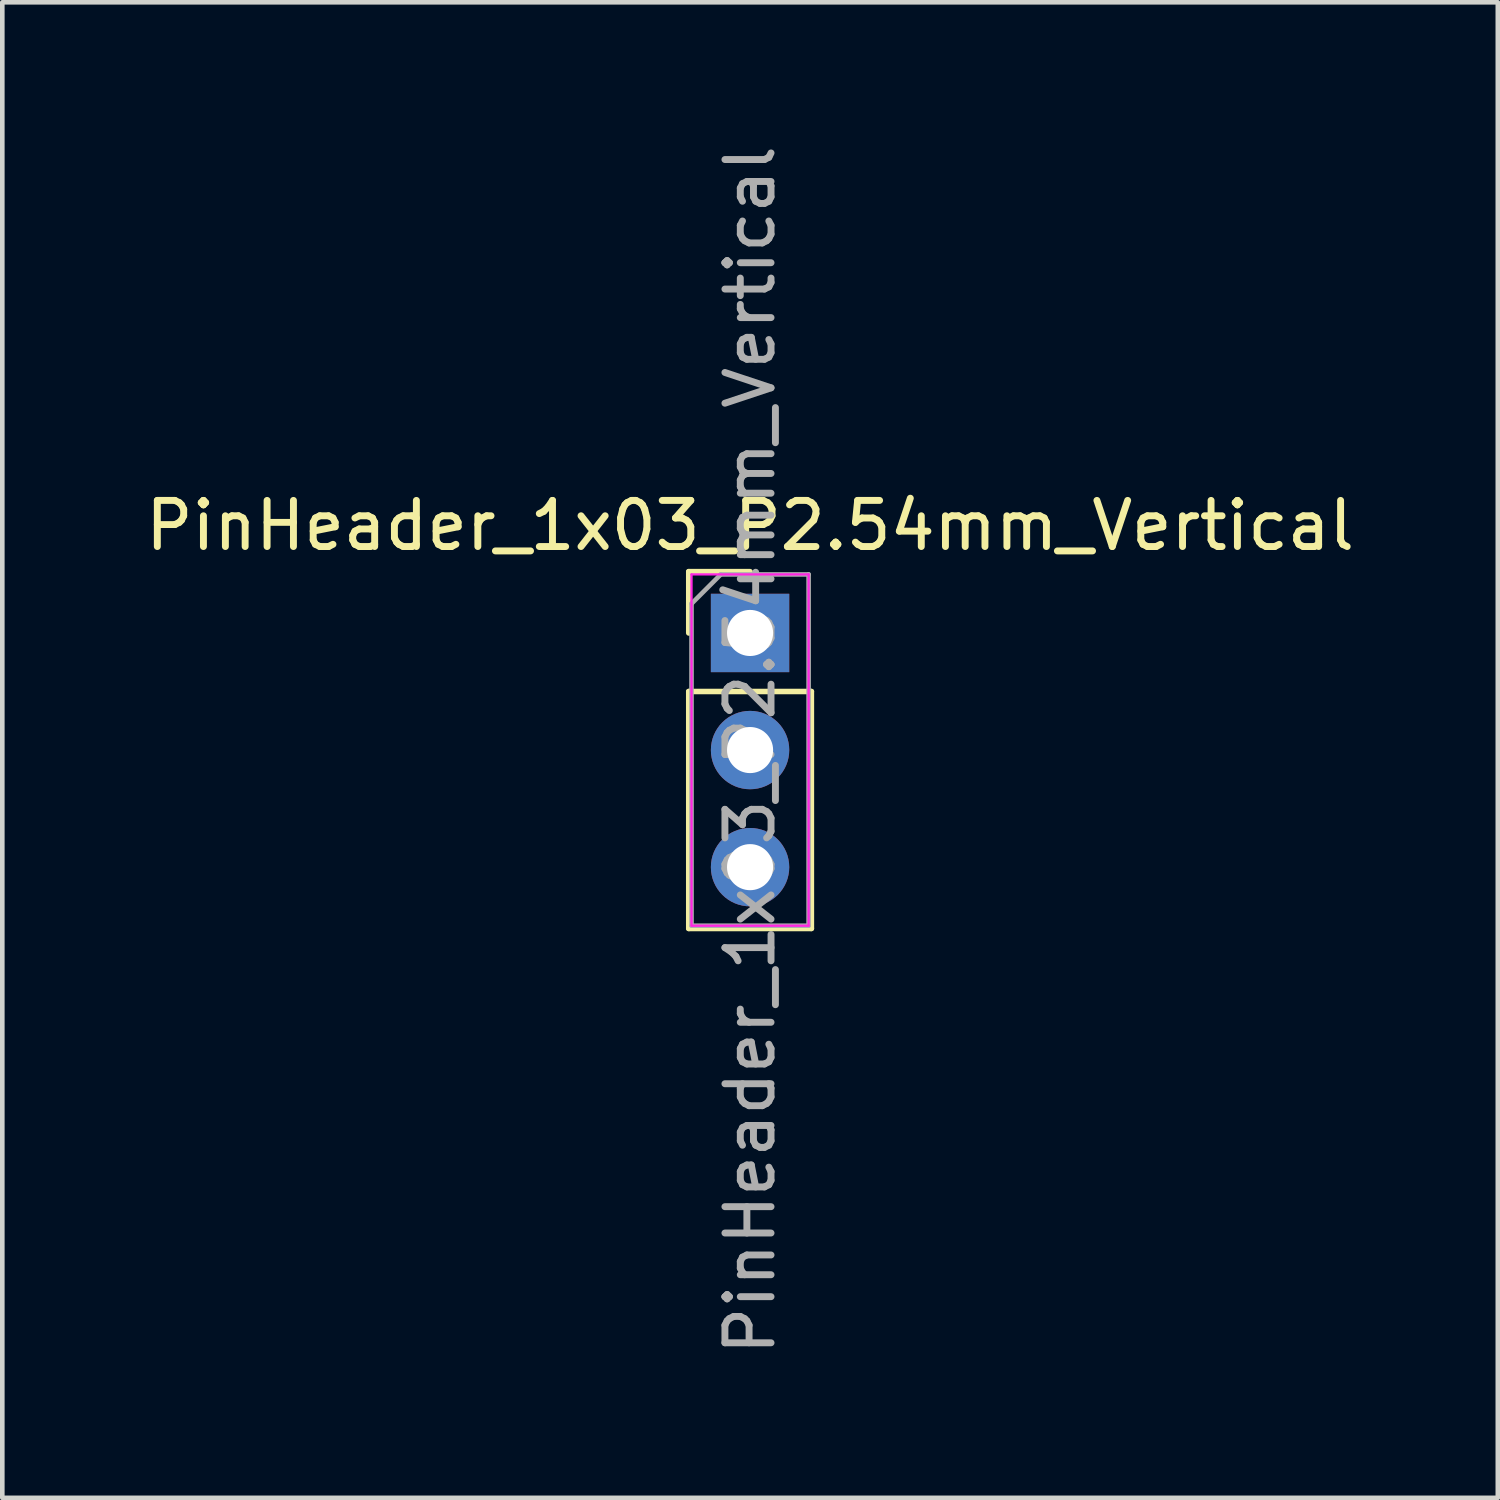
<source format=kicad_pcb>
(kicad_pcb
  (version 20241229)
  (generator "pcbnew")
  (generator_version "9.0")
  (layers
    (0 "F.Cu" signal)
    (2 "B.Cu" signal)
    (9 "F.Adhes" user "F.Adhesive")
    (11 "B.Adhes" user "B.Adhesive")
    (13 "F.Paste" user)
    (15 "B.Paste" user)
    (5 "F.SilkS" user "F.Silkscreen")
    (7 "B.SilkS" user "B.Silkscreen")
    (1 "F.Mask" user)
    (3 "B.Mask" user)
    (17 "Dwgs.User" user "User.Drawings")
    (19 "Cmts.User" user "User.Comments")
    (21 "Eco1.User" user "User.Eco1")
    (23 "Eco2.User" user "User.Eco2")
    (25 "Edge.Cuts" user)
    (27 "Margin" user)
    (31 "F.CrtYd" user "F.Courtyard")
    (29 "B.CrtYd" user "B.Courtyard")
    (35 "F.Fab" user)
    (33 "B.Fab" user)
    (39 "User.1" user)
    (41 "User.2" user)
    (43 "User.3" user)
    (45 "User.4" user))
  (footprint "PinHeader_1x03_P2.54mm_Vertical"
    (layer "F.Cu")
    (at 13.22 10.68)
    (property "Reference" "PinHeader_1x03_P2.54mm_Vertical" (at 0 -2.33 0) (layer "F.SilkS") (effects (font (size 1 1) (thickness 0.15))))
    (attr through_hole)
    (fp_line (start -1.33 -1.33) (end 0 -1.33) (stroke (width 0.12) (type solid)) (layer "F.SilkS"))
    (fp_line (start -1.33 0) (end -1.33 -1.33) (stroke (width 0.12) (type solid)) (layer "F.SilkS"))
    (fp_line (start -1.33 1.27) (end -1.33 6.41) (stroke (width 0.12) (type solid)) (layer "F.SilkS"))
    (fp_line (start -1.33 1.27) (end 1.33 1.27) (stroke (width 0.12) (type solid)) (layer "F.SilkS"))
    (fp_line (start -1.33 6.41) (end 1.33 6.41) (stroke (width 0.12) (type solid)) (layer "F.SilkS"))
    (fp_line (start 1.33 1.27) (end 1.33 6.41) (stroke (width 0.12) (type solid)) (layer "F.SilkS"))
    (fp_line (start -1.27 -1.27) (end -1.27 6.35) (stroke (width 0.05) (type solid)) (layer "F.CrtYd"))
    (fp_line (start -1.27 6.35) (end 1.27 6.35) (stroke (width 0.05) (type solid)) (layer "F.CrtYd"))
    (fp_line (start 1.27 -1.27) (end -1.27 -1.27) (stroke (width 0.05) (type solid)) (layer "F.CrtYd"))
    (fp_line (start 1.27 6.35) (end 1.27 -1.27) (stroke (width 0.05) (type solid)) (layer "F.CrtYd"))
    (fp_line (start -1.27 -0.635) (end -0.635 -1.27) (stroke (width 0.1) (type solid)) (layer "F.Fab"))
    (fp_line (start -1.27 6.35) (end -1.27 -0.635) (stroke (width 0.1) (type solid)) (layer "F.Fab"))
    (fp_line (start -0.635 -1.27) (end 1.27 -1.27) (stroke (width 0.1) (type solid)) (layer "F.Fab"))
    (fp_line (start 1.27 -1.27) (end 1.27 6.35) (stroke (width 0.1) (type solid)) (layer "F.Fab"))
    (fp_line (start 1.27 6.35) (end -1.27 6.35) (stroke (width 0.1) (type solid)) (layer "F.Fab"))
    (fp_text user "${REFERENCE}" (at 0 2.54 90) (layer "F.Fab") (effects (font (size 1 1) (thickness 0.15))))
    (pad "1" thru_hole rect (at 0 0) (size 1.7 1.7) (drill 1) (layers "*.Cu" "*.Mask"))
    (pad "2" thru_hole oval (at 0 2.54) (size 1.7 1.7) (drill 1) (layers "*.Cu" "*.Mask"))
    (pad "3" thru_hole oval (at 0 5.08) (size 1.7 1.7) (drill 1) (layers "*.Cu" "*.Mask")))
  (gr_rect
    (start -3 -3)
    (end 29.44 29.44)
    (stroke (width 0.1) (type default))
    (fill no)
    (layer "Edge.Cuts")))
</source>
